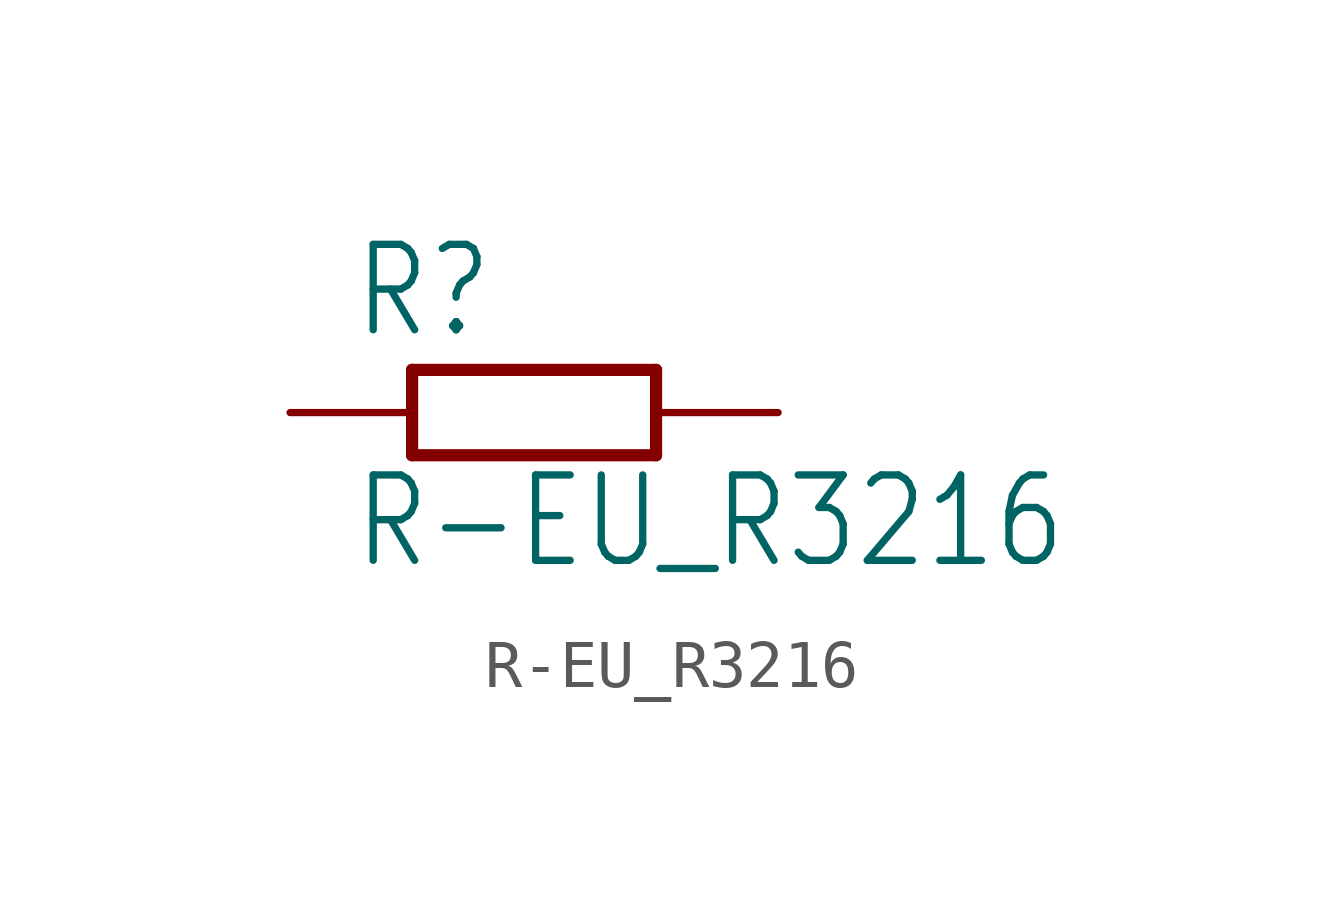
<source format=kicad_sym>
(kicad_symbol_lib
  (version 20211014)
  (generator kicad_symbol_editor)
  (symbol "R-EU_R3216"
    (property "Reference" "R"
      (at -3.81 1.499 0)
      (effects (font (size 1.778 1.511)) (justify left bottom)))
    (property "Value" "R-EU_R3216"
      (at -3.81 -3.302 0)
      (effects (font (size 1.778 1.511)) (justify left bottom)))
    (property "ki_locked" ""
      (at 0 0 0)
      (effects (font (size 1.27 1.27))))
    (symbol "R-EU_R3216_1_0"
      (polyline (pts (xy -2.54 -0.889) (xy -2.54 0.889)) (stroke (width 0.254) (type default) (color 0 0 0 0)) (fill (type none)))
      (polyline (pts (xy -2.54 -0.889) (xy 2.54 -0.889)) (stroke (width 0.254) (type default) (color 0 0 0 0)) (fill (type none)))
      (polyline (pts (xy 2.54 -0.889) (xy 2.54 0.889)) (stroke (width 0.254) (type default) (color 0 0 0 0)) (fill (type none)))
      (polyline (pts (xy 2.54 0.889) (xy -2.54 0.889)) (stroke (width 0.254) (type default) (color 0 0 0 0)) (fill (type none)))
      (pin passive line (at -5.08 0 0) (length 2.54) (name "1" (effects (font (size 0 0)))) (number "1" (effects (font (size 0 0)))))
      (pin passive line (at 5.08 0 180) (length 2.54) (name "2" (effects (font (size 0 0)))) (number "2" (effects (font (size 0 0))))))))
</source>
